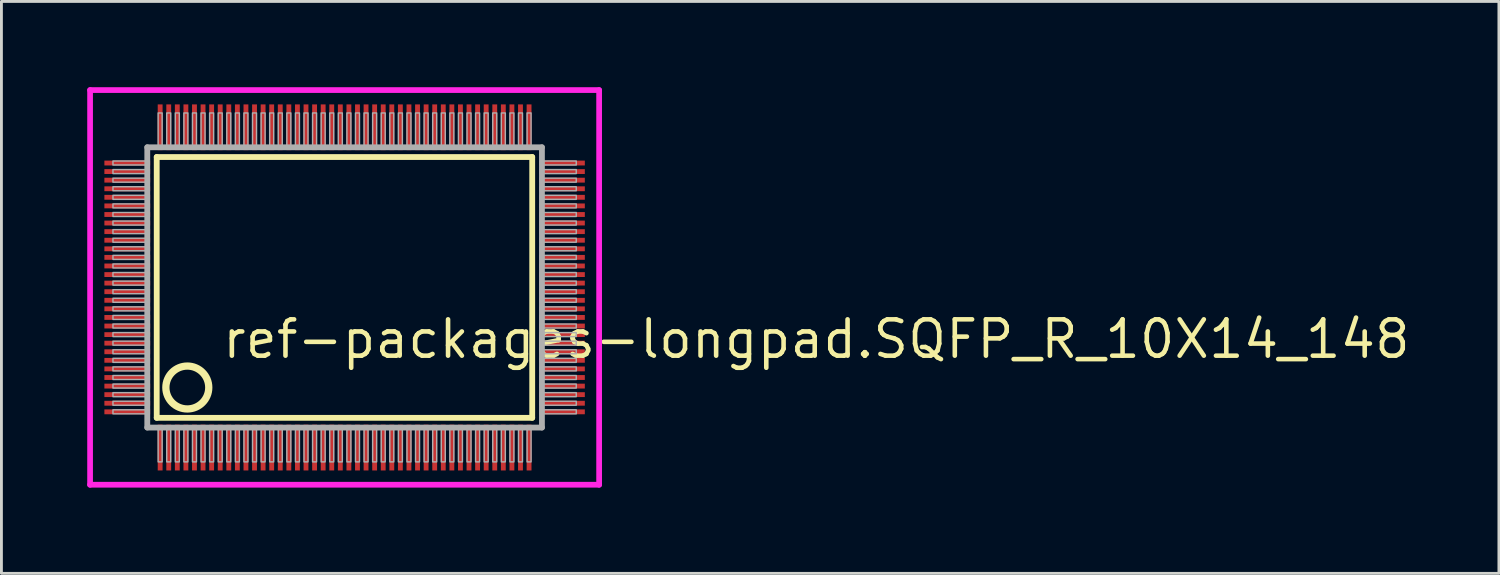
<source format=kicad_pcb>
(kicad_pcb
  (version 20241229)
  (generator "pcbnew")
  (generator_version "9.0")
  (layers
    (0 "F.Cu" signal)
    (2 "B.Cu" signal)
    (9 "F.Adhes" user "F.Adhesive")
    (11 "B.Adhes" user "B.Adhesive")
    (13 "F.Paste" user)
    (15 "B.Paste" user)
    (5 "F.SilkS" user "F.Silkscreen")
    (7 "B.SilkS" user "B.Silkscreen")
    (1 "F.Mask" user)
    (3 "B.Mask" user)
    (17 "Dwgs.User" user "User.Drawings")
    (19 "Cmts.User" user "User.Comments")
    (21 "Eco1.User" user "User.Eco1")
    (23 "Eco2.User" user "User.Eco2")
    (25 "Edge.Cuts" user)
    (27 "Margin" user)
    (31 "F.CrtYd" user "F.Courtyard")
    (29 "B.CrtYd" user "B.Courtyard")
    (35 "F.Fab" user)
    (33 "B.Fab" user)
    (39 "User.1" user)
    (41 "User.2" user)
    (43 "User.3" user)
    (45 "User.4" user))
  (footprint "ref-packages-longpad.SQFP_R_10X14_148"
    (layer "F.Cu")
    (at 9 7)
    (property "Reference" "ref-packages-longpad.SQFP_R_10X14_148" (at -4.35 2.55 0) (layer "F.SilkS") (effects (font (size 1.27 1.27) (thickness 0.16)) (justify left bottom)))
    (attr smd)
    (fp_line (start -6.57 -4.56) (end 6.56 -4.56) (stroke (width 0.203) (type default)) (layer "F.SilkS"))
    (fp_line (start -6.57 4.56) (end -6.57 -4.56) (stroke (width 0.203) (type default)) (layer "F.SilkS"))
    (fp_line (start 6.56 -4.56) (end 6.56 4.56) (stroke (width 0.203) (type default)) (layer "F.SilkS"))
    (fp_line (start 6.56 4.56) (end -6.57 4.56) (stroke (width 0.203) (type default)) (layer "F.SilkS"))
    (fp_circle (center -5.5 3.5) (end -4.75 3.5) (stroke (width 0.254) (type default)) (fill no) (layer "F.SilkS"))
    (fp_line (start -8.9 -6.9) (end 8.9 -6.9) (stroke (width 0.2) (type default)) (layer "F.CrtYd"))
    (fp_line (start -8.9 6.9) (end -8.9 -6.9) (stroke (width 0.2) (type default)) (layer "F.CrtYd"))
    (fp_line (start 8.9 -6.9) (end 8.9 6.9) (stroke (width 0.2) (type default)) (layer "F.CrtYd"))
    (fp_line (start 8.9 6.9) (end -8.9 6.9) (stroke (width 0.2) (type default)) (layer "F.CrtYd"))
    (fp_line (start -6.9 -4.9) (end -6.9 4.9) (stroke (width 0.203) (type default)) (layer "F.Fab"))
    (fp_line (start -6.9 4.9) (end 6.9 4.9) (stroke (width 0.203) (type default)) (layer "F.Fab"))
    (fp_line (start 6.9 -4.9) (end -6.9 -4.9) (stroke (width 0.203) (type default)) (layer "F.Fab"))
    (fp_line (start 6.9 4.9) (end 6.9 -4.9) (stroke (width 0.203) (type default)) (layer "F.Fab"))
    (fp_rect (start -8.1 -4.28) (end -6.95 -4.42) (stroke (width 0.05) (type default)) (fill no) (layer "F.Fab"))
    (fp_rect (start -8.1 -3.98) (end -6.95 -4.12) (stroke (width 0.05) (type default)) (fill no) (layer "F.Fab"))
    (fp_rect (start -8.1 -3.68) (end -6.95 -3.82) (stroke (width 0.05) (type default)) (fill no) (layer "F.Fab"))
    (fp_rect (start -8.1 -3.38) (end -6.95 -3.52) (stroke (width 0.05) (type default)) (fill no) (layer "F.Fab"))
    (fp_rect (start -8.1 -3.08) (end -6.95 -3.22) (stroke (width 0.05) (type default)) (fill no) (layer "F.Fab"))
    (fp_rect (start -8.1 -2.78) (end -6.95 -2.92) (stroke (width 0.05) (type default)) (fill no) (layer "F.Fab"))
    (fp_rect (start -8.1 -2.48) (end -6.95 -2.62) (stroke (width 0.05) (type default)) (fill no) (layer "F.Fab"))
    (fp_rect (start -8.1 -2.18) (end -6.95 -2.32) (stroke (width 0.05) (type default)) (fill no) (layer "F.Fab"))
    (fp_rect (start -8.1 -1.88) (end -6.95 -2.02) (stroke (width 0.05) (type default)) (fill no) (layer "F.Fab"))
    (fp_rect (start -8.1 -1.58) (end -6.95 -1.72) (stroke (width 0.05) (type default)) (fill no) (layer "F.Fab"))
    (fp_rect (start -8.1 -1.28) (end -6.95 -1.42) (stroke (width 0.05) (type default)) (fill no) (layer "F.Fab"))
    (fp_rect (start -8.1 -0.98) (end -6.95 -1.12) (stroke (width 0.05) (type default)) (fill no) (layer "F.Fab"))
    (fp_rect (start -8.1 -0.68) (end -6.95 -0.82) (stroke (width 0.05) (type default)) (fill no) (layer "F.Fab"))
    (fp_rect (start -8.1 -0.38) (end -6.95 -0.52) (stroke (width 0.05) (type default)) (fill no) (layer "F.Fab"))
    (fp_rect (start -8.1 -0.08) (end -6.95 -0.22) (stroke (width 0.05) (type default)) (fill no) (layer "F.Fab"))
    (fp_rect (start -8.1 0.22) (end -6.95 0.08) (stroke (width 0.05) (type default)) (fill no) (layer "F.Fab"))
    (fp_rect (start -8.1 0.52) (end -6.95 0.38) (stroke (width 0.05) (type default)) (fill no) (layer "F.Fab"))
    (fp_rect (start -8.1 0.82) (end -6.95 0.68) (stroke (width 0.05) (type default)) (fill no) (layer "F.Fab"))
    (fp_rect (start -8.1 1.12) (end -6.95 0.98) (stroke (width 0.05) (type default)) (fill no) (layer "F.Fab"))
    (fp_rect (start -8.1 1.42) (end -6.95 1.28) (stroke (width 0.05) (type default)) (fill no) (layer "F.Fab"))
    (fp_rect (start -8.1 1.72) (end -6.95 1.58) (stroke (width 0.05) (type default)) (fill no) (layer "F.Fab"))
    (fp_rect (start -8.1 2.02) (end -6.95 1.88) (stroke (width 0.05) (type default)) (fill no) (layer "F.Fab"))
    (fp_rect (start -8.1 2.32) (end -6.95 2.18) (stroke (width 0.05) (type default)) (fill no) (layer "F.Fab"))
    (fp_rect (start -8.1 2.62) (end -6.95 2.48) (stroke (width 0.05) (type default)) (fill no) (layer "F.Fab"))
    (fp_rect (start -8.1 2.92) (end -6.95 2.78) (stroke (width 0.05) (type default)) (fill no) (layer "F.Fab"))
    (fp_rect (start -8.1 3.22) (end -6.95 3.08) (stroke (width 0.05) (type default)) (fill no) (layer "F.Fab"))
    (fp_rect (start -8.1 3.52) (end -6.95 3.38) (stroke (width 0.05) (type default)) (fill no) (layer "F.Fab"))
    (fp_rect (start -8.1 3.82) (end -6.95 3.68) (stroke (width 0.05) (type default)) (fill no) (layer "F.Fab"))
    (fp_rect (start -8.1 4.12) (end -6.95 3.98) (stroke (width 0.05) (type default)) (fill no) (layer "F.Fab"))
    (fp_rect (start -8.1 4.42) (end -6.95 4.28) (stroke (width 0.05) (type default)) (fill no) (layer "F.Fab"))
    (fp_rect (start -6.52 -4.95) (end -6.38 -6.1) (stroke (width 0.05) (type default)) (fill no) (layer "F.Fab"))
    (fp_rect (start -6.52 6.1) (end -6.38 4.95) (stroke (width 0.05) (type default)) (fill no) (layer "F.Fab"))
    (fp_rect (start -6.22 -4.95) (end -6.08 -6.1) (stroke (width 0.05) (type default)) (fill no) (layer "F.Fab"))
    (fp_rect (start -6.22 6.1) (end -6.08 4.95) (stroke (width 0.05) (type default)) (fill no) (layer "F.Fab"))
    (fp_rect (start -5.92 -4.95) (end -5.78 -6.1) (stroke (width 0.05) (type default)) (fill no) (layer "F.Fab"))
    (fp_rect (start -5.92 6.1) (end -5.78 4.95) (stroke (width 0.05) (type default)) (fill no) (layer "F.Fab"))
    (fp_rect (start -5.62 -4.95) (end -5.48 -6.1) (stroke (width 0.05) (type default)) (fill no) (layer "F.Fab"))
    (fp_rect (start -5.62 6.1) (end -5.48 4.95) (stroke (width 0.05) (type default)) (fill no) (layer "F.Fab"))
    (fp_rect (start -5.32 -4.95) (end -5.18 -6.1) (stroke (width 0.05) (type default)) (fill no) (layer "F.Fab"))
    (fp_rect (start -5.32 6.1) (end -5.18 4.95) (stroke (width 0.05) (type default)) (fill no) (layer "F.Fab"))
    (fp_rect (start -5.02 -4.95) (end -4.88 -6.1) (stroke (width 0.05) (type default)) (fill no) (layer "F.Fab"))
    (fp_rect (start -5.02 6.1) (end -4.88 4.95) (stroke (width 0.05) (type default)) (fill no) (layer "F.Fab"))
    (fp_rect (start -4.72 -4.95) (end -4.58 -6.1) (stroke (width 0.05) (type default)) (fill no) (layer "F.Fab"))
    (fp_rect (start -4.72 6.1) (end -4.58 4.95) (stroke (width 0.05) (type default)) (fill no) (layer "F.Fab"))
    (fp_rect (start -4.42 -4.95) (end -4.28 -6.1) (stroke (width 0.05) (type default)) (fill no) (layer "F.Fab"))
    (fp_rect (start -4.42 6.1) (end -4.28 4.95) (stroke (width 0.05) (type default)) (fill no) (layer "F.Fab"))
    (fp_rect (start -4.12 -4.95) (end -3.98 -6.1) (stroke (width 0.05) (type default)) (fill no) (layer "F.Fab"))
    (fp_rect (start -4.12 6.1) (end -3.98 4.95) (stroke (width 0.05) (type default)) (fill no) (layer "F.Fab"))
    (fp_rect (start -3.82 -4.95) (end -3.68 -6.1) (stroke (width 0.05) (type default)) (fill no) (layer "F.Fab"))
    (fp_rect (start -3.82 6.1) (end -3.68 4.95) (stroke (width 0.05) (type default)) (fill no) (layer "F.Fab"))
    (fp_rect (start -3.52 -4.95) (end -3.38 -6.1) (stroke (width 0.05) (type default)) (fill no) (layer "F.Fab"))
    (fp_rect (start -3.52 6.1) (end -3.38 4.95) (stroke (width 0.05) (type default)) (fill no) (layer "F.Fab"))
    (fp_rect (start -3.22 -4.95) (end -3.08 -6.1) (stroke (width 0.05) (type default)) (fill no) (layer "F.Fab"))
    (fp_rect (start -3.22 6.1) (end -3.08 4.95) (stroke (width 0.05) (type default)) (fill no) (layer "F.Fab"))
    (fp_rect (start -2.92 -4.95) (end -2.78 -6.1) (stroke (width 0.05) (type default)) (fill no) (layer "F.Fab"))
    (fp_rect (start -2.92 6.1) (end -2.78 4.95) (stroke (width 0.05) (type default)) (fill no) (layer "F.Fab"))
    (fp_rect (start -2.62 -4.95) (end -2.48 -6.1) (stroke (width 0.05) (type default)) (fill no) (layer "F.Fab"))
    (fp_rect (start -2.62 6.1) (end -2.48 4.95) (stroke (width 0.05) (type default)) (fill no) (layer "F.Fab"))
    (fp_rect (start -2.32 -4.95) (end -2.18 -6.1) (stroke (width 0.05) (type default)) (fill no) (layer "F.Fab"))
    (fp_rect (start -2.32 6.1) (end -2.18 4.95) (stroke (width 0.05) (type default)) (fill no) (layer "F.Fab"))
    (fp_rect (start -2.02 -4.95) (end -1.88 -6.1) (stroke (width 0.05) (type default)) (fill no) (layer "F.Fab"))
    (fp_rect (start -2.02 6.1) (end -1.88 4.95) (stroke (width 0.05) (type default)) (fill no) (layer "F.Fab"))
    (fp_rect (start -1.72 -4.95) (end -1.58 -6.1) (stroke (width 0.05) (type default)) (fill no) (layer "F.Fab"))
    (fp_rect (start -1.72 6.1) (end -1.58 4.95) (stroke (width 0.05) (type default)) (fill no) (layer "F.Fab"))
    (fp_rect (start -1.42 -4.95) (end -1.28 -6.1) (stroke (width 0.05) (type default)) (fill no) (layer "F.Fab"))
    (fp_rect (start -1.42 6.1) (end -1.28 4.95) (stroke (width 0.05) (type default)) (fill no) (layer "F.Fab"))
    (fp_rect (start -1.12 -4.95) (end -0.98 -6.1) (stroke (width 0.05) (type default)) (fill no) (layer "F.Fab"))
    (fp_rect (start -1.12 6.1) (end -0.98 4.95) (stroke (width 0.05) (type default)) (fill no) (layer "F.Fab"))
    (fp_rect (start -0.82 -4.95) (end -0.68 -6.1) (stroke (width 0.05) (type default)) (fill no) (layer "F.Fab"))
    (fp_rect (start -0.82 6.1) (end -0.68 4.95) (stroke (width 0.05) (type default)) (fill no) (layer "F.Fab"))
    (fp_rect (start -0.52 -4.95) (end -0.38 -6.1) (stroke (width 0.05) (type default)) (fill no) (layer "F.Fab"))
    (fp_rect (start -0.52 6.1) (end -0.38 4.95) (stroke (width 0.05) (type default)) (fill no) (layer "F.Fab"))
    (fp_rect (start -0.22 -4.95) (end -0.08 -6.1) (stroke (width 0.05) (type default)) (fill no) (layer "F.Fab"))
    (fp_rect (start -0.22 6.1) (end -0.08 4.95) (stroke (width 0.05) (type default)) (fill no) (layer "F.Fab"))
    (fp_rect (start 0.08 -4.95) (end 0.22 -6.1) (stroke (width 0.05) (type default)) (fill no) (layer "F.Fab"))
    (fp_rect (start 0.08 6.1) (end 0.22 4.95) (stroke (width 0.05) (type default)) (fill no) (layer "F.Fab"))
    (fp_rect (start 0.38 -4.95) (end 0.52 -6.1) (stroke (width 0.05) (type default)) (fill no) (layer "F.Fab"))
    (fp_rect (start 0.38 6.1) (end 0.52 4.95) (stroke (width 0.05) (type default)) (fill no) (layer "F.Fab"))
    (fp_rect (start 0.68 -4.95) (end 0.82 -6.1) (stroke (width 0.05) (type default)) (fill no) (layer "F.Fab"))
    (fp_rect (start 0.68 6.1) (end 0.82 4.95) (stroke (width 0.05) (type default)) (fill no) (layer "F.Fab"))
    (fp_rect (start 0.98 -4.95) (end 1.12 -6.1) (stroke (width 0.05) (type default)) (fill no) (layer "F.Fab"))
    (fp_rect (start 0.98 6.1) (end 1.12 4.95) (stroke (width 0.05) (type default)) (fill no) (layer "F.Fab"))
    (fp_rect (start 1.28 -4.95) (end 1.42 -6.1) (stroke (width 0.05) (type default)) (fill no) (layer "F.Fab"))
    (fp_rect (start 1.28 6.1) (end 1.42 4.95) (stroke (width 0.05) (type default)) (fill no) (layer "F.Fab"))
    (fp_rect (start 1.58 -4.95) (end 1.72 -6.1) (stroke (width 0.05) (type default)) (fill no) (layer "F.Fab"))
    (fp_rect (start 1.58 6.1) (end 1.72 4.95) (stroke (width 0.05) (type default)) (fill no) (layer "F.Fab"))
    (fp_rect (start 1.88 -4.95) (end 2.02 -6.1) (stroke (width 0.05) (type default)) (fill no) (layer "F.Fab"))
    (fp_rect (start 1.88 6.1) (end 2.02 4.95) (stroke (width 0.05) (type default)) (fill no) (layer "F.Fab"))
    (fp_rect (start 2.18 -4.95) (end 2.32 -6.1) (stroke (width 0.05) (type default)) (fill no) (layer "F.Fab"))
    (fp_rect (start 2.18 6.1) (end 2.32 4.95) (stroke (width 0.05) (type default)) (fill no) (layer "F.Fab"))
    (fp_rect (start 2.48 -4.95) (end 2.62 -6.1) (stroke (width 0.05) (type default)) (fill no) (layer "F.Fab"))
    (fp_rect (start 2.48 6.1) (end 2.62 4.95) (stroke (width 0.05) (type default)) (fill no) (layer "F.Fab"))
    (fp_rect (start 2.78 -4.95) (end 2.92 -6.1) (stroke (width 0.05) (type default)) (fill no) (layer "F.Fab"))
    (fp_rect (start 2.78 6.1) (end 2.92 4.95) (stroke (width 0.05) (type default)) (fill no) (layer "F.Fab"))
    (fp_rect (start 3.08 -4.95) (end 3.22 -6.1) (stroke (width 0.05) (type default)) (fill no) (layer "F.Fab"))
    (fp_rect (start 3.08 6.1) (end 3.22 4.95) (stroke (width 0.05) (type default)) (fill no) (layer "F.Fab"))
    (fp_rect (start 3.38 -4.95) (end 3.52 -6.1) (stroke (width 0.05) (type default)) (fill no) (layer "F.Fab"))
    (fp_rect (start 3.38 6.1) (end 3.52 4.95) (stroke (width 0.05) (type default)) (fill no) (layer "F.Fab"))
    (fp_rect (start 3.68 -4.95) (end 3.82 -6.1) (stroke (width 0.05) (type default)) (fill no) (layer "F.Fab"))
    (fp_rect (start 3.68 6.1) (end 3.82 4.95) (stroke (width 0.05) (type default)) (fill no) (layer "F.Fab"))
    (fp_rect (start 3.98 -4.95) (end 4.12 -6.1) (stroke (width 0.05) (type default)) (fill no) (layer "F.Fab"))
    (fp_rect (start 3.98 6.1) (end 4.12 4.95) (stroke (width 0.05) (type default)) (fill no) (layer "F.Fab"))
    (fp_rect (start 4.28 -4.95) (end 4.42 -6.1) (stroke (width 0.05) (type default)) (fill no) (layer "F.Fab"))
    (fp_rect (start 4.28 6.1) (end 4.42 4.95) (stroke (width 0.05) (type default)) (fill no) (layer "F.Fab"))
    (fp_rect (start 4.58 -4.95) (end 4.72 -6.1) (stroke (width 0.05) (type default)) (fill no) (layer "F.Fab"))
    (fp_rect (start 4.58 6.1) (end 4.72 4.95) (stroke (width 0.05) (type default)) (fill no) (layer "F.Fab"))
    (fp_rect (start 4.88 -4.95) (end 5.02 -6.1) (stroke (width 0.05) (type default)) (fill no) (layer "F.Fab"))
    (fp_rect (start 4.88 6.1) (end 5.02 4.95) (stroke (width 0.05) (type default)) (fill no) (layer "F.Fab"))
    (fp_rect (start 5.18 -4.95) (end 5.32 -6.1) (stroke (width 0.05) (type default)) (fill no) (layer "F.Fab"))
    (fp_rect (start 5.18 6.1) (end 5.32 4.95) (stroke (width 0.05) (type default)) (fill no) (layer "F.Fab"))
    (fp_rect (start 5.48 -4.95) (end 5.62 -6.1) (stroke (width 0.05) (type default)) (fill no) (layer "F.Fab"))
    (fp_rect (start 5.48 6.1) (end 5.62 4.95) (stroke (width 0.05) (type default)) (fill no) (layer "F.Fab"))
    (fp_rect (start 5.78 -4.95) (end 5.92 -6.1) (stroke (width 0.05) (type default)) (fill no) (layer "F.Fab"))
    (fp_rect (start 5.78 6.1) (end 5.92 4.95) (stroke (width 0.05) (type default)) (fill no) (layer "F.Fab"))
    (fp_rect (start 6.08 -4.95) (end 6.22 -6.1) (stroke (width 0.05) (type default)) (fill no) (layer "F.Fab"))
    (fp_rect (start 6.08 6.1) (end 6.22 4.95) (stroke (width 0.05) (type default)) (fill no) (layer "F.Fab"))
    (fp_rect (start 6.38 -4.95) (end 6.52 -6.1) (stroke (width 0.05) (type default)) (fill no) (layer "F.Fab"))
    (fp_rect (start 6.38 6.1) (end 6.52 4.95) (stroke (width 0.05) (type default)) (fill no) (layer "F.Fab"))
    (fp_rect (start 6.95 -4.28) (end 8.1 -4.42) (stroke (width 0.05) (type default)) (fill no) (layer "F.Fab"))
    (fp_rect (start 6.95 -3.98) (end 8.1 -4.12) (stroke (width 0.05) (type default)) (fill no) (layer "F.Fab"))
    (fp_rect (start 6.95 -3.68) (end 8.1 -3.82) (stroke (width 0.05) (type default)) (fill no) (layer "F.Fab"))
    (fp_rect (start 6.95 -3.38) (end 8.1 -3.52) (stroke (width 0.05) (type default)) (fill no) (layer "F.Fab"))
    (fp_rect (start 6.95 -3.08) (end 8.1 -3.22) (stroke (width 0.05) (type default)) (fill no) (layer "F.Fab"))
    (fp_rect (start 6.95 -2.78) (end 8.1 -2.92) (stroke (width 0.05) (type default)) (fill no) (layer "F.Fab"))
    (fp_rect (start 6.95 -2.48) (end 8.1 -2.62) (stroke (width 0.05) (type default)) (fill no) (layer "F.Fab"))
    (fp_rect (start 6.95 -2.18) (end 8.1 -2.32) (stroke (width 0.05) (type default)) (fill no) (layer "F.Fab"))
    (fp_rect (start 6.95 -1.88) (end 8.1 -2.02) (stroke (width 0.05) (type default)) (fill no) (layer "F.Fab"))
    (fp_rect (start 6.95 -1.58) (end 8.1 -1.72) (stroke (width 0.05) (type default)) (fill no) (layer "F.Fab"))
    (fp_rect (start 6.95 -1.28) (end 8.1 -1.42) (stroke (width 0.05) (type default)) (fill no) (layer "F.Fab"))
    (fp_rect (start 6.95 -0.98) (end 8.1 -1.12) (stroke (width 0.05) (type default)) (fill no) (layer "F.Fab"))
    (fp_rect (start 6.95 -0.68) (end 8.1 -0.82) (stroke (width 0.05) (type default)) (fill no) (layer "F.Fab"))
    (fp_rect (start 6.95 -0.38) (end 8.1 -0.52) (stroke (width 0.05) (type default)) (fill no) (layer "F.Fab"))
    (fp_rect (start 6.95 -0.08) (end 8.1 -0.22) (stroke (width 0.05) (type default)) (fill no) (layer "F.Fab"))
    (fp_rect (start 6.95 0.22) (end 8.1 0.08) (stroke (width 0.05) (type default)) (fill no) (layer "F.Fab"))
    (fp_rect (start 6.95 0.52) (end 8.1 0.38) (stroke (width 0.05) (type default)) (fill no) (layer "F.Fab"))
    (fp_rect (start 6.95 0.82) (end 8.1 0.68) (stroke (width 0.05) (type default)) (fill no) (layer "F.Fab"))
    (fp_rect (start 6.95 1.12) (end 8.1 0.98) (stroke (width 0.05) (type default)) (fill no) (layer "F.Fab"))
    (fp_rect (start 6.95 1.42) (end 8.1 1.28) (stroke (width 0.05) (type default)) (fill no) (layer "F.Fab"))
    (fp_rect (start 6.95 1.72) (end 8.1 1.58) (stroke (width 0.05) (type default)) (fill no) (layer "F.Fab"))
    (fp_rect (start 6.95 2.02) (end 8.1 1.88) (stroke (width 0.05) (type default)) (fill no) (layer "F.Fab"))
    (fp_rect (start 6.95 2.32) (end 8.1 2.18) (stroke (width 0.05) (type default)) (fill no) (layer "F.Fab"))
    (fp_rect (start 6.95 2.62) (end 8.1 2.48) (stroke (width 0.05) (type default)) (fill no) (layer "F.Fab"))
    (fp_rect (start 6.95 2.92) (end 8.1 2.78) (stroke (width 0.05) (type default)) (fill no) (layer "F.Fab"))
    (fp_rect (start 6.95 3.22) (end 8.1 3.08) (stroke (width 0.05) (type default)) (fill no) (layer "F.Fab"))
    (fp_rect (start 6.95 3.52) (end 8.1 3.38) (stroke (width 0.05) (type default)) (fill no) (layer "F.Fab"))
    (fp_rect (start 6.95 3.82) (end 8.1 3.68) (stroke (width 0.05) (type default)) (fill no) (layer "F.Fab"))
    (fp_rect (start 6.95 4.12) (end 8.1 3.98) (stroke (width 0.05) (type default)) (fill no) (layer "F.Fab"))
    (fp_rect (start 6.95 4.42) (end 8.1 4.28) (stroke (width 0.05) (type default)) (fill no) (layer "F.Fab"))
    (pad "1" smd roundrect (at -6.45 5.6) (size 0.17 1.6) (layers "F.Cu" "F.Mask" "F.Paste") (roundrect_rratio 0.01))
    (pad "2" smd roundrect (at -6.15 5.6) (size 0.17 1.6) (layers "F.Cu" "F.Mask" "F.Paste") (roundrect_rratio 0.01))
    (pad "3" smd roundrect (at -5.85 5.6) (size 0.17 1.6) (layers "F.Cu" "F.Mask" "F.Paste") (roundrect_rratio 0.01))
    (pad "4" smd roundrect (at -5.55 5.6) (size 0.17 1.6) (layers "F.Cu" "F.Mask" "F.Paste") (roundrect_rratio 0.01))
    (pad "5" smd roundrect (at -5.25 5.6) (size 0.17 1.6) (layers "F.Cu" "F.Mask" "F.Paste") (roundrect_rratio 0.01))
    (pad "6" smd roundrect (at -4.95 5.6) (size 0.17 1.6) (layers "F.Cu" "F.Mask" "F.Paste") (roundrect_rratio 0.01))
    (pad "7" smd roundrect (at -4.65 5.6) (size 0.17 1.6) (layers "F.Cu" "F.Mask" "F.Paste") (roundrect_rratio 0.01))
    (pad "8" smd roundrect (at -4.35 5.6) (size 0.17 1.6) (layers "F.Cu" "F.Mask" "F.Paste") (roundrect_rratio 0.01))
    (pad "9" smd roundrect (at -4.05 5.6) (size 0.17 1.6) (layers "F.Cu" "F.Mask" "F.Paste") (roundrect_rratio 0.01))
    (pad "10" smd roundrect (at -3.75 5.6) (size 0.17 1.6) (layers "F.Cu" "F.Mask" "F.Paste") (roundrect_rratio 0.01))
    (pad "11" smd roundrect (at -3.45 5.6) (size 0.17 1.6) (layers "F.Cu" "F.Mask" "F.Paste") (roundrect_rratio 0.01))
    (pad "12" smd roundrect (at -3.15 5.6) (size 0.17 1.6) (layers "F.Cu" "F.Mask" "F.Paste") (roundrect_rratio 0.01))
    (pad "13" smd roundrect (at -2.85 5.6) (size 0.17 1.6) (layers "F.Cu" "F.Mask" "F.Paste") (roundrect_rratio 0.01))
    (pad "14" smd roundrect (at -2.55 5.6) (size 0.17 1.6) (layers "F.Cu" "F.Mask" "F.Paste") (roundrect_rratio 0.01))
    (pad "15" smd roundrect (at -2.25 5.6) (size 0.17 1.6) (layers "F.Cu" "F.Mask" "F.Paste") (roundrect_rratio 0.01))
    (pad "16" smd roundrect (at -1.95 5.6) (size 0.17 1.6) (layers "F.Cu" "F.Mask" "F.Paste") (roundrect_rratio 0.01))
    (pad "17" smd roundrect (at -1.65 5.6) (size 0.17 1.6) (layers "F.Cu" "F.Mask" "F.Paste") (roundrect_rratio 0.01))
    (pad "18" smd roundrect (at -1.35 5.6) (size 0.17 1.6) (layers "F.Cu" "F.Mask" "F.Paste") (roundrect_rratio 0.01))
    (pad "19" smd roundrect (at -1.05 5.6) (size 0.17 1.6) (layers "F.Cu" "F.Mask" "F.Paste") (roundrect_rratio 0.01))
    (pad "20" smd roundrect (at -0.75 5.6) (size 0.17 1.6) (layers "F.Cu" "F.Mask" "F.Paste") (roundrect_rratio 0.01))
    (pad "21" smd roundrect (at -0.45 5.6) (size 0.17 1.6) (layers "F.Cu" "F.Mask" "F.Paste") (roundrect_rratio 0.01))
    (pad "22" smd roundrect (at -0.15 5.6) (size 0.17 1.6) (layers "F.Cu" "F.Mask" "F.Paste") (roundrect_rratio 0.01))
    (pad "23" smd roundrect (at 0.15 5.6) (size 0.17 1.6) (layers "F.Cu" "F.Mask" "F.Paste") (roundrect_rratio 0.01))
    (pad "24" smd roundrect (at 0.45 5.6) (size 0.17 1.6) (layers "F.Cu" "F.Mask" "F.Paste") (roundrect_rratio 0.01))
    (pad "25" smd roundrect (at 0.75 5.6) (size 0.17 1.6) (layers "F.Cu" "F.Mask" "F.Paste") (roundrect_rratio 0.01))
    (pad "26" smd roundrect (at 1.05 5.6) (size 0.17 1.6) (layers "F.Cu" "F.Mask" "F.Paste") (roundrect_rratio 0.01))
    (pad "27" smd roundrect (at 1.35 5.6) (size 0.17 1.6) (layers "F.Cu" "F.Mask" "F.Paste") (roundrect_rratio 0.01))
    (pad "28" smd roundrect (at 1.65 5.6) (size 0.17 1.6) (layers "F.Cu" "F.Mask" "F.Paste") (roundrect_rratio 0.01))
    (pad "29" smd roundrect (at 1.95 5.6) (size 0.17 1.6) (layers "F.Cu" "F.Mask" "F.Paste") (roundrect_rratio 0.01))
    (pad "30" smd roundrect (at 2.25 5.6) (size 0.17 1.6) (layers "F.Cu" "F.Mask" "F.Paste") (roundrect_rratio 0.01))
    (pad "31" smd roundrect (at 2.55 5.6) (size 0.17 1.6) (layers "F.Cu" "F.Mask" "F.Paste") (roundrect_rratio 0.01))
    (pad "32" smd roundrect (at 2.85 5.6) (size 0.17 1.6) (layers "F.Cu" "F.Mask" "F.Paste") (roundrect_rratio 0.01))
    (pad "33" smd roundrect (at 3.15 5.6) (size 0.17 1.6) (layers "F.Cu" "F.Mask" "F.Paste") (roundrect_rratio 0.01))
    (pad "34" smd roundrect (at 3.45 5.6) (size 0.17 1.6) (layers "F.Cu" "F.Mask" "F.Paste") (roundrect_rratio 0.01))
    (pad "35" smd roundrect (at 3.75 5.6) (size 0.17 1.6) (layers "F.Cu" "F.Mask" "F.Paste") (roundrect_rratio 0.01))
    (pad "36" smd roundrect (at 4.05 5.6) (size 0.17 1.6) (layers "F.Cu" "F.Mask" "F.Paste") (roundrect_rratio 0.01))
    (pad "37" smd roundrect (at 4.35 5.6) (size 0.17 1.6) (layers "F.Cu" "F.Mask" "F.Paste") (roundrect_rratio 0.01))
    (pad "38" smd roundrect (at 4.65 5.6) (size 0.17 1.6) (layers "F.Cu" "F.Mask" "F.Paste") (roundrect_rratio 0.01))
    (pad "39" smd roundrect (at 4.95 5.6) (size 0.17 1.6) (layers "F.Cu" "F.Mask" "F.Paste") (roundrect_rratio 0.01))
    (pad "40" smd roundrect (at 5.25 5.6) (size 0.17 1.6) (layers "F.Cu" "F.Mask" "F.Paste") (roundrect_rratio 0.01))
    (pad "41" smd roundrect (at 5.55 5.6) (size 0.17 1.6) (layers "F.Cu" "F.Mask" "F.Paste") (roundrect_rratio 0.01))
    (pad "42" smd roundrect (at 5.85 5.6) (size 0.17 1.6) (layers "F.Cu" "F.Mask" "F.Paste") (roundrect_rratio 0.01))
    (pad "43" smd roundrect (at 6.15 5.6) (size 0.17 1.6) (layers "F.Cu" "F.Mask" "F.Paste") (roundrect_rratio 0.01))
    (pad "44" smd roundrect (at 6.45 5.6) (size 0.17 1.6) (layers "F.Cu" "F.Mask" "F.Paste") (roundrect_rratio 0.01))
    (pad "45" smd roundrect (at 7.6 4.35) (size 1.6 0.17) (layers "F.Cu" "F.Mask" "F.Paste") (roundrect_rratio 0.01))
    (pad "46" smd roundrect (at 7.6 4.05) (size 1.6 0.17) (layers "F.Cu" "F.Mask" "F.Paste") (roundrect_rratio 0.01))
    (pad "47" smd roundrect (at 7.6 3.75) (size 1.6 0.17) (layers "F.Cu" "F.Mask" "F.Paste") (roundrect_rratio 0.01))
    (pad "48" smd roundrect (at 7.6 3.45) (size 1.6 0.17) (layers "F.Cu" "F.Mask" "F.Paste") (roundrect_rratio 0.01))
    (pad "49" smd roundrect (at 7.6 3.15) (size 1.6 0.17) (layers "F.Cu" "F.Mask" "F.Paste") (roundrect_rratio 0.01))
    (pad "50" smd roundrect (at 7.6 2.85) (size 1.6 0.17) (layers "F.Cu" "F.Mask" "F.Paste") (roundrect_rratio 0.01))
    (pad "51" smd roundrect (at 7.6 2.55) (size 1.6 0.17) (layers "F.Cu" "F.Mask" "F.Paste") (roundrect_rratio 0.01))
    (pad "52" smd roundrect (at 7.6 2.25) (size 1.6 0.17) (layers "F.Cu" "F.Mask" "F.Paste") (roundrect_rratio 0.01))
    (pad "53" smd roundrect (at 7.6 1.95) (size 1.6 0.17) (layers "F.Cu" "F.Mask" "F.Paste") (roundrect_rratio 0.01))
    (pad "54" smd roundrect (at 7.6 1.65) (size 1.6 0.17) (layers "F.Cu" "F.Mask" "F.Paste") (roundrect_rratio 0.01))
    (pad "55" smd roundrect (at 7.6 1.35) (size 1.6 0.17) (layers "F.Cu" "F.Mask" "F.Paste") (roundrect_rratio 0.01))
    (pad "56" smd roundrect (at 7.6 1.05) (size 1.6 0.17) (layers "F.Cu" "F.Mask" "F.Paste") (roundrect_rratio 0.01))
    (pad "57" smd roundrect (at 7.6 0.75) (size 1.6 0.17) (layers "F.Cu" "F.Mask" "F.Paste") (roundrect_rratio 0.01))
    (pad "58" smd roundrect (at 7.6 0.45) (size 1.6 0.17) (layers "F.Cu" "F.Mask" "F.Paste") (roundrect_rratio 0.01))
    (pad "59" smd roundrect (at 7.6 0.15) (size 1.6 0.17) (layers "F.Cu" "F.Mask" "F.Paste") (roundrect_rratio 0.01))
    (pad "60" smd roundrect (at 7.6 -0.15) (size 1.6 0.17) (layers "F.Cu" "F.Mask" "F.Paste") (roundrect_rratio 0.01))
    (pad "61" smd roundrect (at 7.6 -0.45) (size 1.6 0.17) (layers "F.Cu" "F.Mask" "F.Paste") (roundrect_rratio 0.01))
    (pad "62" smd roundrect (at 7.6 -0.75) (size 1.6 0.17) (layers "F.Cu" "F.Mask" "F.Paste") (roundrect_rratio 0.01))
    (pad "63" smd roundrect (at 7.6 -1.05) (size 1.6 0.17) (layers "F.Cu" "F.Mask" "F.Paste") (roundrect_rratio 0.01))
    (pad "64" smd roundrect (at 7.6 -1.35) (size 1.6 0.17) (layers "F.Cu" "F.Mask" "F.Paste") (roundrect_rratio 0.01))
    (pad "65" smd roundrect (at 7.6 -1.65) (size 1.6 0.17) (layers "F.Cu" "F.Mask" "F.Paste") (roundrect_rratio 0.01))
    (pad "66" smd roundrect (at 7.6 -1.95) (size 1.6 0.17) (layers "F.Cu" "F.Mask" "F.Paste") (roundrect_rratio 0.01))
    (pad "67" smd roundrect (at 7.6 -2.25) (size 1.6 0.17) (layers "F.Cu" "F.Mask" "F.Paste") (roundrect_rratio 0.01))
    (pad "68" smd roundrect (at 7.6 -2.55) (size 1.6 0.17) (layers "F.Cu" "F.Mask" "F.Paste") (roundrect_rratio 0.01))
    (pad "69" smd roundrect (at 7.6 -2.85) (size 1.6 0.17) (layers "F.Cu" "F.Mask" "F.Paste") (roundrect_rratio 0.01))
    (pad "70" smd roundrect (at 7.6 -3.15) (size 1.6 0.17) (layers "F.Cu" "F.Mask" "F.Paste") (roundrect_rratio 0.01))
    (pad "71" smd roundrect (at 7.6 -3.45) (size 1.6 0.17) (layers "F.Cu" "F.Mask" "F.Paste") (roundrect_rratio 0.01))
    (pad "72" smd roundrect (at 7.6 -3.75) (size 1.6 0.17) (layers "F.Cu" "F.Mask" "F.Paste") (roundrect_rratio 0.01))
    (pad "73" smd roundrect (at 7.6 -4.05) (size 1.6 0.17) (layers "F.Cu" "F.Mask" "F.Paste") (roundrect_rratio 0.01))
    (pad "74" smd roundrect (at 7.6 -4.35) (size 1.6 0.17) (layers "F.Cu" "F.Mask" "F.Paste") (roundrect_rratio 0.01))
    (pad "75" smd roundrect (at 6.45 -5.6) (size 0.17 1.6) (layers "F.Cu" "F.Mask" "F.Paste") (roundrect_rratio 0.01))
    (pad "76" smd roundrect (at 6.15 -5.6) (size 0.17 1.6) (layers "F.Cu" "F.Mask" "F.Paste") (roundrect_rratio 0.01))
    (pad "77" smd roundrect (at 5.85 -5.6) (size 0.17 1.6) (layers "F.Cu" "F.Mask" "F.Paste") (roundrect_rratio 0.01))
    (pad "78" smd roundrect (at 5.55 -5.6) (size 0.17 1.6) (layers "F.Cu" "F.Mask" "F.Paste") (roundrect_rratio 0.01))
    (pad "79" smd roundrect (at 5.25 -5.6) (size 0.17 1.6) (layers "F.Cu" "F.Mask" "F.Paste") (roundrect_rratio 0.01))
    (pad "80" smd roundrect (at 4.95 -5.6) (size 0.17 1.6) (layers "F.Cu" "F.Mask" "F.Paste") (roundrect_rratio 0.01))
    (pad "81" smd roundrect (at 4.65 -5.6) (size 0.17 1.6) (layers "F.Cu" "F.Mask" "F.Paste") (roundrect_rratio 0.01))
    (pad "82" smd roundrect (at 4.35 -5.6) (size 0.17 1.6) (layers "F.Cu" "F.Mask" "F.Paste") (roundrect_rratio 0.01))
    (pad "83" smd roundrect (at 4.05 -5.6) (size 0.17 1.6) (layers "F.Cu" "F.Mask" "F.Paste") (roundrect_rratio 0.01))
    (pad "84" smd roundrect (at 3.75 -5.6) (size 0.17 1.6) (layers "F.Cu" "F.Mask" "F.Paste") (roundrect_rratio 0.01))
    (pad "85" smd roundrect (at 3.45 -5.6) (size 0.17 1.6) (layers "F.Cu" "F.Mask" "F.Paste") (roundrect_rratio 0.01))
    (pad "86" smd roundrect (at 3.15 -5.6) (size 0.17 1.6) (layers "F.Cu" "F.Mask" "F.Paste") (roundrect_rratio 0.01))
    (pad "87" smd roundrect (at 2.85 -5.6) (size 0.17 1.6) (layers "F.Cu" "F.Mask" "F.Paste") (roundrect_rratio 0.01))
    (pad "88" smd roundrect (at 2.55 -5.6) (size 0.17 1.6) (layers "F.Cu" "F.Mask" "F.Paste") (roundrect_rratio 0.01))
    (pad "89" smd roundrect (at 2.25 -5.6) (size 0.17 1.6) (layers "F.Cu" "F.Mask" "F.Paste") (roundrect_rratio 0.01))
    (pad "90" smd roundrect (at 1.95 -5.6) (size 0.17 1.6) (layers "F.Cu" "F.Mask" "F.Paste") (roundrect_rratio 0.01))
    (pad "91" smd roundrect (at 1.65 -5.6) (size 0.17 1.6) (layers "F.Cu" "F.Mask" "F.Paste") (roundrect_rratio 0.01))
    (pad "92" smd roundrect (at 1.35 -5.6) (size 0.17 1.6) (layers "F.Cu" "F.Mask" "F.Paste") (roundrect_rratio 0.01))
    (pad "93" smd roundrect (at 1.05 -5.6) (size 0.17 1.6) (layers "F.Cu" "F.Mask" "F.Paste") (roundrect_rratio 0.01))
    (pad "94" smd roundrect (at 0.75 -5.6) (size 0.17 1.6) (layers "F.Cu" "F.Mask" "F.Paste") (roundrect_rratio 0.01))
    (pad "95" smd roundrect (at 0.45 -5.6) (size 0.17 1.6) (layers "F.Cu" "F.Mask" "F.Paste") (roundrect_rratio 0.01))
    (pad "96" smd roundrect (at 0.15 -5.6) (size 0.17 1.6) (layers "F.Cu" "F.Mask" "F.Paste") (roundrect_rratio 0.01))
    (pad "97" smd roundrect (at -0.15 -5.6) (size 0.17 1.6) (layers "F.Cu" "F.Mask" "F.Paste") (roundrect_rratio 0.01))
    (pad "98" smd roundrect (at -0.45 -5.6) (size 0.17 1.6) (layers "F.Cu" "F.Mask" "F.Paste") (roundrect_rratio 0.01))
    (pad "99" smd roundrect (at -0.75 -5.6) (size 0.17 1.6) (layers "F.Cu" "F.Mask" "F.Paste") (roundrect_rratio 0.01))
    (pad "100" smd roundrect (at -1.05 -5.6) (size 0.17 1.6) (layers "F.Cu" "F.Mask" "F.Paste") (roundrect_rratio 0.01))
    (pad "101" smd roundrect (at -1.35 -5.6) (size 0.17 1.6) (layers "F.Cu" "F.Mask" "F.Paste") (roundrect_rratio 0.01))
    (pad "102" smd roundrect (at -1.65 -5.6) (size 0.17 1.6) (layers "F.Cu" "F.Mask" "F.Paste") (roundrect_rratio 0.01))
    (pad "103" smd roundrect (at -1.95 -5.6) (size 0.17 1.6) (layers "F.Cu" "F.Mask" "F.Paste") (roundrect_rratio 0.01))
    (pad "104" smd roundrect (at -2.25 -5.6) (size 0.17 1.6) (layers "F.Cu" "F.Mask" "F.Paste") (roundrect_rratio 0.01))
    (pad "105" smd roundrect (at -2.55 -5.6) (size 0.17 1.6) (layers "F.Cu" "F.Mask" "F.Paste") (roundrect_rratio 0.01))
    (pad "106" smd roundrect (at -2.85 -5.6) (size 0.17 1.6) (layers "F.Cu" "F.Mask" "F.Paste") (roundrect_rratio 0.01))
    (pad "107" smd roundrect (at -3.15 -5.6) (size 0.17 1.6) (layers "F.Cu" "F.Mask" "F.Paste") (roundrect_rratio 0.01))
    (pad "108" smd roundrect (at -3.45 -5.6) (size 0.17 1.6) (layers "F.Cu" "F.Mask" "F.Paste") (roundrect_rratio 0.01))
    (pad "109" smd roundrect (at -3.75 -5.6) (size 0.17 1.6) (layers "F.Cu" "F.Mask" "F.Paste") (roundrect_rratio 0.01))
    (pad "110" smd roundrect (at -4.05 -5.6) (size 0.17 1.6) (layers "F.Cu" "F.Mask" "F.Paste") (roundrect_rratio 0.01))
    (pad "111" smd roundrect (at -4.35 -5.6) (size 0.17 1.6) (layers "F.Cu" "F.Mask" "F.Paste") (roundrect_rratio 0.01))
    (pad "112" smd roundrect (at -4.65 -5.6) (size 0.17 1.6) (layers "F.Cu" "F.Mask" "F.Paste") (roundrect_rratio 0.01))
    (pad "113" smd roundrect (at -4.95 -5.6) (size 0.17 1.6) (layers "F.Cu" "F.Mask" "F.Paste") (roundrect_rratio 0.01))
    (pad "114" smd roundrect (at -5.25 -5.6) (size 0.17 1.6) (layers "F.Cu" "F.Mask" "F.Paste") (roundrect_rratio 0.01))
    (pad "115" smd roundrect (at -5.55 -5.6) (size 0.17 1.6) (layers "F.Cu" "F.Mask" "F.Paste") (roundrect_rratio 0.01))
    (pad "116" smd roundrect (at -5.85 -5.6) (size 0.17 1.6) (layers "F.Cu" "F.Mask" "F.Paste") (roundrect_rratio 0.01))
    (pad "117" smd roundrect (at -6.15 -5.6) (size 0.17 1.6) (layers "F.Cu" "F.Mask" "F.Paste") (roundrect_rratio 0.01))
    (pad "118" smd roundrect (at -6.45 -5.6) (size 0.17 1.6) (layers "F.Cu" "F.Mask" "F.Paste") (roundrect_rratio 0.01))
    (pad "119" smd roundrect (at -7.6 -4.35) (size 1.6 0.17) (layers "F.Cu" "F.Mask" "F.Paste") (roundrect_rratio 0.01))
    (pad "120" smd roundrect (at -7.6 -4.05) (size 1.6 0.17) (layers "F.Cu" "F.Mask" "F.Paste") (roundrect_rratio 0.01))
    (pad "121" smd roundrect (at -7.6 -3.75) (size 1.6 0.17) (layers "F.Cu" "F.Mask" "F.Paste") (roundrect_rratio 0.01))
    (pad "122" smd roundrect (at -7.6 -3.45) (size 1.6 0.17) (layers "F.Cu" "F.Mask" "F.Paste") (roundrect_rratio 0.01))
    (pad "123" smd roundrect (at -7.6 -3.15) (size 1.6 0.17) (layers "F.Cu" "F.Mask" "F.Paste") (roundrect_rratio 0.01))
    (pad "124" smd roundrect (at -7.6 -2.85) (size 1.6 0.17) (layers "F.Cu" "F.Mask" "F.Paste") (roundrect_rratio 0.01))
    (pad "125" smd roundrect (at -7.6 -2.55) (size 1.6 0.17) (layers "F.Cu" "F.Mask" "F.Paste") (roundrect_rratio 0.01))
    (pad "126" smd roundrect (at -7.6 -2.25) (size 1.6 0.17) (layers "F.Cu" "F.Mask" "F.Paste") (roundrect_rratio 0.01))
    (pad "127" smd roundrect (at -7.6 -1.95) (size 1.6 0.17) (layers "F.Cu" "F.Mask" "F.Paste") (roundrect_rratio 0.01))
    (pad "128" smd roundrect (at -7.6 -1.65) (size 1.6 0.17) (layers "F.Cu" "F.Mask" "F.Paste") (roundrect_rratio 0.01))
    (pad "129" smd roundrect (at -7.6 -1.35) (size 1.6 0.17) (layers "F.Cu" "F.Mask" "F.Paste") (roundrect_rratio 0.01))
    (pad "130" smd roundrect (at -7.6 -1.05) (size 1.6 0.17) (layers "F.Cu" "F.Mask" "F.Paste") (roundrect_rratio 0.01))
    (pad "131" smd roundrect (at -7.6 -0.75) (size 1.6 0.17) (layers "F.Cu" "F.Mask" "F.Paste") (roundrect_rratio 0.01))
    (pad "132" smd roundrect (at -7.6 -0.45) (size 1.6 0.17) (layers "F.Cu" "F.Mask" "F.Paste") (roundrect_rratio 0.01))
    (pad "133" smd roundrect (at -7.6 -0.15) (size 1.6 0.17) (layers "F.Cu" "F.Mask" "F.Paste") (roundrect_rratio 0.01))
    (pad "134" smd roundrect (at -7.6 0.15) (size 1.6 0.17) (layers "F.Cu" "F.Mask" "F.Paste") (roundrect_rratio 0.01))
    (pad "135" smd roundrect (at -7.6 0.45) (size 1.6 0.17) (layers "F.Cu" "F.Mask" "F.Paste") (roundrect_rratio 0.01))
    (pad "136" smd roundrect (at -7.6 0.75) (size 1.6 0.17) (layers "F.Cu" "F.Mask" "F.Paste") (roundrect_rratio 0.01))
    (pad "137" smd roundrect (at -7.6 1.05) (size 1.6 0.17) (layers "F.Cu" "F.Mask" "F.Paste") (roundrect_rratio 0.01))
    (pad "138" smd roundrect (at -7.6 1.35) (size 1.6 0.17) (layers "F.Cu" "F.Mask" "F.Paste") (roundrect_rratio 0.01))
    (pad "139" smd roundrect (at -7.6 1.65) (size 1.6 0.17) (layers "F.Cu" "F.Mask" "F.Paste") (roundrect_rratio 0.01))
    (pad "140" smd roundrect (at -7.6 1.95) (size 1.6 0.17) (layers "F.Cu" "F.Mask" "F.Paste") (roundrect_rratio 0.01))
    (pad "141" smd roundrect (at -7.6 2.25) (size 1.6 0.17) (layers "F.Cu" "F.Mask" "F.Paste") (roundrect_rratio 0.01))
    (pad "142" smd roundrect (at -7.6 2.55) (size 1.6 0.17) (layers "F.Cu" "F.Mask" "F.Paste") (roundrect_rratio 0.01))
    (pad "143" smd roundrect (at -7.6 2.85) (size 1.6 0.17) (layers "F.Cu" "F.Mask" "F.Paste") (roundrect_rratio 0.01))
    (pad "144" smd roundrect (at -7.6 3.15) (size 1.6 0.17) (layers "F.Cu" "F.Mask" "F.Paste") (roundrect_rratio 0.01))
    (pad "145" smd roundrect (at -7.6 3.45) (size 1.6 0.17) (layers "F.Cu" "F.Mask" "F.Paste") (roundrect_rratio 0.01))
    (pad "146" smd roundrect (at -7.6 3.75) (size 1.6 0.17) (layers "F.Cu" "F.Mask" "F.Paste") (roundrect_rratio 0.01))
    (pad "147" smd roundrect (at -7.6 4.05) (size 1.6 0.17) (layers "F.Cu" "F.Mask" "F.Paste") (roundrect_rratio 0.01))
    (pad "148" smd roundrect (at -7.6 4.35) (size 1.6 0.17) (layers "F.Cu" "F.Mask" "F.Paste") (roundrect_rratio 0.01)))
  (gr_rect
    (start -3 -3)
    (end 49.363 17)
    (stroke (width 0.1) (type default))
    (fill no)
    (layer "Edge.Cuts")))
</source>
